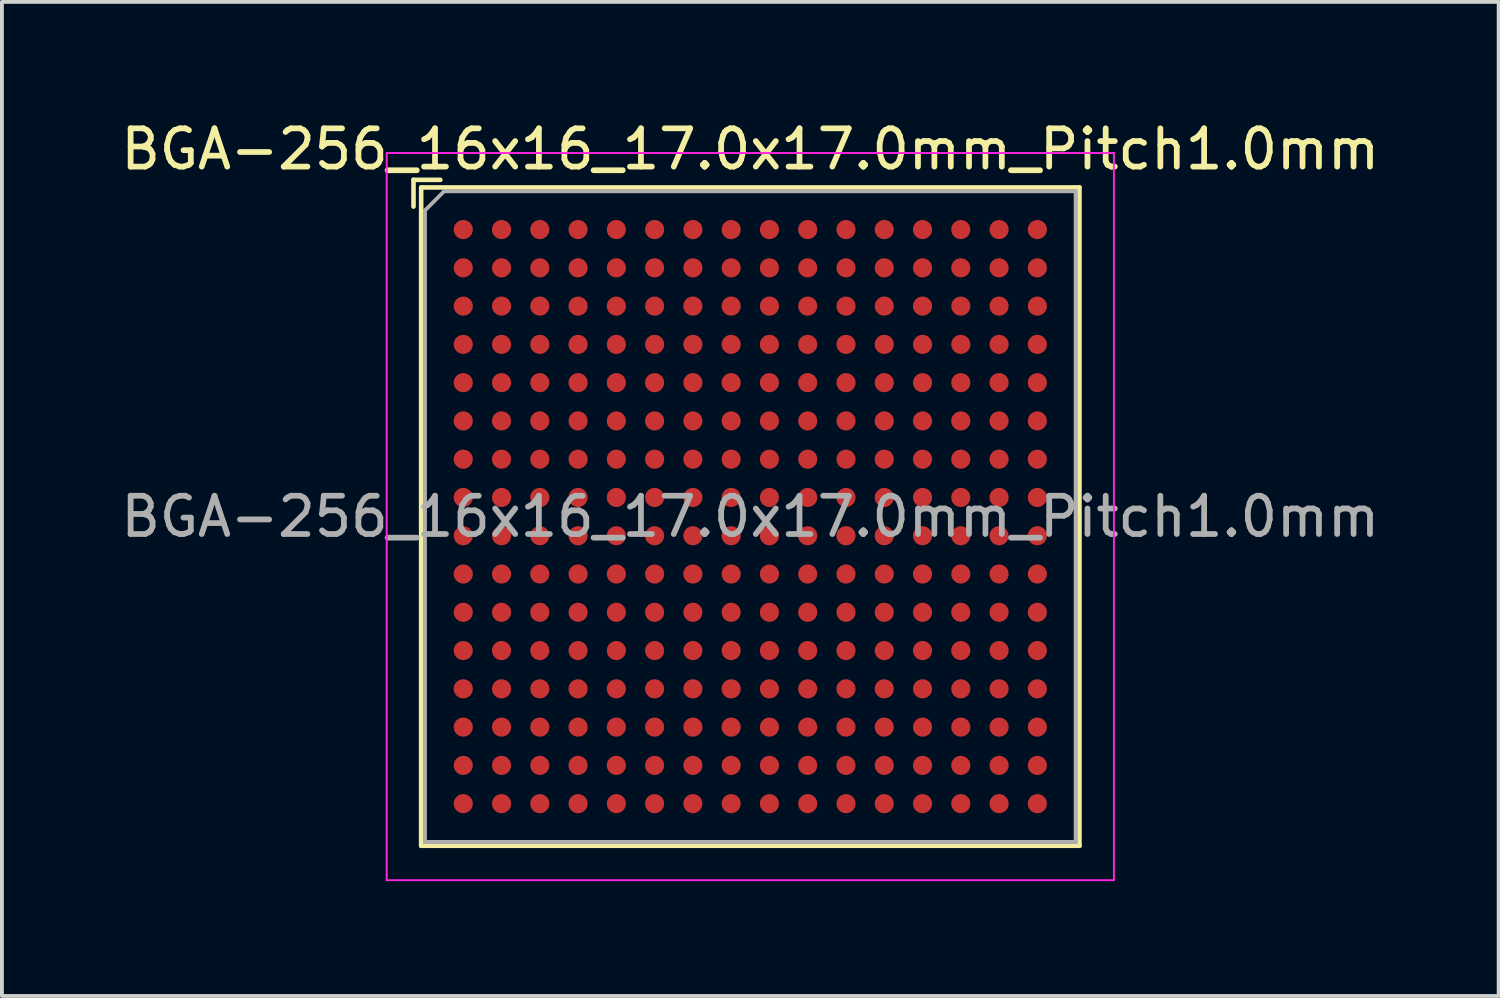
<source format=kicad_pcb>
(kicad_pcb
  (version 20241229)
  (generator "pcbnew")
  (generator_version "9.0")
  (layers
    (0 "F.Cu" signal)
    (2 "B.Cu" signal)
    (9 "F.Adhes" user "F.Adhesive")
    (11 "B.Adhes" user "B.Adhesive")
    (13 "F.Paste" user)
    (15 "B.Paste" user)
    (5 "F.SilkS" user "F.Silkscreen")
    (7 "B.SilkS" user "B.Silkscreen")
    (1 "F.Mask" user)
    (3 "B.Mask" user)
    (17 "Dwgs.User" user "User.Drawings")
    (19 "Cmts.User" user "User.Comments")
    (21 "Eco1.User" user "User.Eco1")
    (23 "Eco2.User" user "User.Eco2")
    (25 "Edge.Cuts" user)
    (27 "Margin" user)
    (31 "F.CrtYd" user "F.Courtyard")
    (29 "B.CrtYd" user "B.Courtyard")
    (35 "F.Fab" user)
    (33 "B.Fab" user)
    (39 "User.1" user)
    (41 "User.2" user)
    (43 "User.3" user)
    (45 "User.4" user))
  (footprint "BGA-256_16x16_17.0x17.0mm_Pitch1.0mm"
    (layer "F.Cu")
    (at 16.554 10.448)
    (property "Reference" "BGA-256_16x16_17.0x17.0mm_Pitch1.0mm" (at 0 -9.6 0) (layer "F.SilkS") (effects (font (size 1 1) (thickness 0.15))))
    (attr smd)
    (fp_line (start -8.8 -8.8) (end -8.8 -8.1) (stroke (width 0.12) (type solid)) (layer "F.SilkS"))
    (fp_line (start -8.6 -8.6) (end -8.6 8.6) (stroke (width 0.12) (type solid)) (layer "F.SilkS"))
    (fp_line (start -8.6 8.6) (end 8.6 8.6) (stroke (width 0.12) (type solid)) (layer "F.SilkS"))
    (fp_line (start -8.1 -8.8) (end -8.8 -8.8) (stroke (width 0.12) (type solid)) (layer "F.SilkS"))
    (fp_line (start 8.6 -8.6) (end -8.6 -8.6) (stroke (width 0.12) (type solid)) (layer "F.SilkS"))
    (fp_line (start 8.6 8.6) (end 8.6 -8.6) (stroke (width 0.12) (type solid)) (layer "F.SilkS"))
    (fp_line (start -9.5 -9.5) (end -9.5 9.5) (stroke (width 0.05) (type solid)) (layer "F.CrtYd"))
    (fp_line (start -9.5 -9.5) (end 9.5 -9.5) (stroke (width 0.05) (type solid)) (layer "F.CrtYd"))
    (fp_line (start 9.5 9.5) (end -9.5 9.5) (stroke (width 0.05) (type solid)) (layer "F.CrtYd"))
    (fp_line (start 9.5 9.5) (end 9.5 -9.5) (stroke (width 0.05) (type solid)) (layer "F.CrtYd"))
    (fp_line (start -8.5 -8) (end -8.5 8.5) (stroke (width 0.1) (type solid)) (layer "F.Fab"))
    (fp_line (start -8.5 8.5) (end 8.5 8.5) (stroke (width 0.1) (type solid)) (layer "F.Fab"))
    (fp_line (start -8 -8.5) (end -8.5 -8) (stroke (width 0.1) (type solid)) (layer "F.Fab"))
    (fp_line (start 8.5 -8.5) (end -8 -8.5) (stroke (width 0.1) (type solid)) (layer "F.Fab"))
    (fp_line (start 8.5 8.5) (end 8.5 -8.5) (stroke (width 0.1) (type solid)) (layer "F.Fab"))
    (fp_text user "${REFERENCE}" (at 0 0 0) (layer "F.Fab") (effects (font (size 1 1) (thickness 0.15))))
    (pad "A1" smd circle (at -7.5 -7.5) (size 0.5 0.5) (layers "F.Cu" "F.Mask" "F.Paste"))
    (pad "A2" smd circle (at -6.5 -7.5) (size 0.5 0.5) (layers "F.Cu" "F.Mask" "F.Paste"))
    (pad "A3" smd circle (at -5.5 -7.5) (size 0.5 0.5) (layers "F.Cu" "F.Mask" "F.Paste"))
    (pad "A4" smd circle (at -4.5 -7.5) (size 0.5 0.5) (layers "F.Cu" "F.Mask" "F.Paste"))
    (pad "A5" smd circle (at -3.5 -7.5) (size 0.5 0.5) (layers "F.Cu" "F.Mask" "F.Paste"))
    (pad "A6" smd circle (at -2.5 -7.5) (size 0.5 0.5) (layers "F.Cu" "F.Mask" "F.Paste"))
    (pad "A7" smd circle (at -1.5 -7.5) (size 0.5 0.5) (layers "F.Cu" "F.Mask" "F.Paste"))
    (pad "A8" smd circle (at -0.5 -7.5) (size 0.5 0.5) (layers "F.Cu" "F.Mask" "F.Paste"))
    (pad "A9" smd circle (at 0.5 -7.5) (size 0.5 0.5) (layers "F.Cu" "F.Mask" "F.Paste"))
    (pad "A10" smd circle (at 1.5 -7.5) (size 0.5 0.5) (layers "F.Cu" "F.Mask" "F.Paste"))
    (pad "A11" smd circle (at 2.5 -7.5) (size 0.5 0.5) (layers "F.Cu" "F.Mask" "F.Paste"))
    (pad "A12" smd circle (at 3.5 -7.5) (size 0.5 0.5) (layers "F.Cu" "F.Mask" "F.Paste"))
    (pad "A13" smd circle (at 4.5 -7.5) (size 0.5 0.5) (layers "F.Cu" "F.Mask" "F.Paste"))
    (pad "A14" smd circle (at 5.5 -7.5) (size 0.5 0.5) (layers "F.Cu" "F.Mask" "F.Paste"))
    (pad "A15" smd circle (at 6.5 -7.5) (size 0.5 0.5) (layers "F.Cu" "F.Mask" "F.Paste"))
    (pad "A16" smd circle (at 7.5 -7.5) (size 0.5 0.5) (layers "F.Cu" "F.Mask" "F.Paste"))
    (pad "B1" smd circle (at -7.5 -6.5) (size 0.5 0.5) (layers "F.Cu" "F.Mask" "F.Paste"))
    (pad "B2" smd circle (at -6.5 -6.5) (size 0.5 0.5) (layers "F.Cu" "F.Mask" "F.Paste"))
    (pad "B3" smd circle (at -5.5 -6.5) (size 0.5 0.5) (layers "F.Cu" "F.Mask" "F.Paste"))
    (pad "B4" smd circle (at -4.5 -6.5) (size 0.5 0.5) (layers "F.Cu" "F.Mask" "F.Paste"))
    (pad "B5" smd circle (at -3.5 -6.5) (size 0.5 0.5) (layers "F.Cu" "F.Mask" "F.Paste"))
    (pad "B6" smd circle (at -2.5 -6.5) (size 0.5 0.5) (layers "F.Cu" "F.Mask" "F.Paste"))
    (pad "B7" smd circle (at -1.5 -6.5) (size 0.5 0.5) (layers "F.Cu" "F.Mask" "F.Paste"))
    (pad "B8" smd circle (at -0.5 -6.5) (size 0.5 0.5) (layers "F.Cu" "F.Mask" "F.Paste"))
    (pad "B9" smd circle (at 0.5 -6.5) (size 0.5 0.5) (layers "F.Cu" "F.Mask" "F.Paste"))
    (pad "B10" smd circle (at 1.5 -6.5) (size 0.5 0.5) (layers "F.Cu" "F.Mask" "F.Paste"))
    (pad "B11" smd circle (at 2.5 -6.5) (size 0.5 0.5) (layers "F.Cu" "F.Mask" "F.Paste"))
    (pad "B12" smd circle (at 3.5 -6.5) (size 0.5 0.5) (layers "F.Cu" "F.Mask" "F.Paste"))
    (pad "B13" smd circle (at 4.5 -6.5) (size 0.5 0.5) (layers "F.Cu" "F.Mask" "F.Paste"))
    (pad "B14" smd circle (at 5.5 -6.5) (size 0.5 0.5) (layers "F.Cu" "F.Mask" "F.Paste"))
    (pad "B15" smd circle (at 6.5 -6.5) (size 0.5 0.5) (layers "F.Cu" "F.Mask" "F.Paste"))
    (pad "B16" smd circle (at 7.5 -6.5) (size 0.5 0.5) (layers "F.Cu" "F.Mask" "F.Paste"))
    (pad "C1" smd circle (at -7.5 -5.5) (size 0.5 0.5) (layers "F.Cu" "F.Mask" "F.Paste"))
    (pad "C2" smd circle (at -6.5 -5.5) (size 0.5 0.5) (layers "F.Cu" "F.Mask" "F.Paste"))
    (pad "C3" smd circle (at -5.5 -5.5) (size 0.5 0.5) (layers "F.Cu" "F.Mask" "F.Paste"))
    (pad "C4" smd circle (at -4.5 -5.5) (size 0.5 0.5) (layers "F.Cu" "F.Mask" "F.Paste"))
    (pad "C5" smd circle (at -3.5 -5.5) (size 0.5 0.5) (layers "F.Cu" "F.Mask" "F.Paste"))
    (pad "C6" smd circle (at -2.5 -5.5) (size 0.5 0.5) (layers "F.Cu" "F.Mask" "F.Paste"))
    (pad "C7" smd circle (at -1.5 -5.5) (size 0.5 0.5) (layers "F.Cu" "F.Mask" "F.Paste"))
    (pad "C8" smd circle (at -0.5 -5.5) (size 0.5 0.5) (layers "F.Cu" "F.Mask" "F.Paste"))
    (pad "C9" smd circle (at 0.5 -5.5) (size 0.5 0.5) (layers "F.Cu" "F.Mask" "F.Paste"))
    (pad "C10" smd circle (at 1.5 -5.5) (size 0.5 0.5) (layers "F.Cu" "F.Mask" "F.Paste"))
    (pad "C11" smd circle (at 2.5 -5.5) (size 0.5 0.5) (layers "F.Cu" "F.Mask" "F.Paste"))
    (pad "C12" smd circle (at 3.5 -5.5) (size 0.5 0.5) (layers "F.Cu" "F.Mask" "F.Paste"))
    (pad "C13" smd circle (at 4.5 -5.5) (size 0.5 0.5) (layers "F.Cu" "F.Mask" "F.Paste"))
    (pad "C14" smd circle (at 5.5 -5.5) (size 0.5 0.5) (layers "F.Cu" "F.Mask" "F.Paste"))
    (pad "C15" smd circle (at 6.5 -5.5) (size 0.5 0.5) (layers "F.Cu" "F.Mask" "F.Paste"))
    (pad "C16" smd circle (at 7.5 -5.5) (size 0.5 0.5) (layers "F.Cu" "F.Mask" "F.Paste"))
    (pad "D1" smd circle (at -7.5 -4.5) (size 0.5 0.5) (layers "F.Cu" "F.Mask" "F.Paste"))
    (pad "D2" smd circle (at -6.5 -4.5) (size 0.5 0.5) (layers "F.Cu" "F.Mask" "F.Paste"))
    (pad "D3" smd circle (at -5.5 -4.5) (size 0.5 0.5) (layers "F.Cu" "F.Mask" "F.Paste"))
    (pad "D4" smd circle (at -4.5 -4.5) (size 0.5 0.5) (layers "F.Cu" "F.Mask" "F.Paste"))
    (pad "D5" smd circle (at -3.5 -4.5) (size 0.5 0.5) (layers "F.Cu" "F.Mask" "F.Paste"))
    (pad "D6" smd circle (at -2.5 -4.5) (size 0.5 0.5) (layers "F.Cu" "F.Mask" "F.Paste"))
    (pad "D7" smd circle (at -1.5 -4.5) (size 0.5 0.5) (layers "F.Cu" "F.Mask" "F.Paste"))
    (pad "D8" smd circle (at -0.5 -4.5) (size 0.5 0.5) (layers "F.Cu" "F.Mask" "F.Paste"))
    (pad "D9" smd circle (at 0.5 -4.5) (size 0.5 0.5) (layers "F.Cu" "F.Mask" "F.Paste"))
    (pad "D10" smd circle (at 1.5 -4.5) (size 0.5 0.5) (layers "F.Cu" "F.Mask" "F.Paste"))
    (pad "D11" smd circle (at 2.5 -4.5) (size 0.5 0.5) (layers "F.Cu" "F.Mask" "F.Paste"))
    (pad "D12" smd circle (at 3.5 -4.5) (size 0.5 0.5) (layers "F.Cu" "F.Mask" "F.Paste"))
    (pad "D13" smd circle (at 4.5 -4.5) (size 0.5 0.5) (layers "F.Cu" "F.Mask" "F.Paste"))
    (pad "D14" smd circle (at 5.5 -4.5) (size 0.5 0.5) (layers "F.Cu" "F.Mask" "F.Paste"))
    (pad "D15" smd circle (at 6.5 -4.5) (size 0.5 0.5) (layers "F.Cu" "F.Mask" "F.Paste"))
    (pad "D16" smd circle (at 7.5 -4.5) (size 0.5 0.5) (layers "F.Cu" "F.Mask" "F.Paste"))
    (pad "E1" smd circle (at -7.5 -3.5) (size 0.5 0.5) (layers "F.Cu" "F.Mask" "F.Paste"))
    (pad "E2" smd circle (at -6.5 -3.5) (size 0.5 0.5) (layers "F.Cu" "F.Mask" "F.Paste"))
    (pad "E3" smd circle (at -5.5 -3.5) (size 0.5 0.5) (layers "F.Cu" "F.Mask" "F.Paste"))
    (pad "E4" smd circle (at -4.5 -3.5) (size 0.5 0.5) (layers "F.Cu" "F.Mask" "F.Paste"))
    (pad "E5" smd circle (at -3.5 -3.5) (size 0.5 0.5) (layers "F.Cu" "F.Mask" "F.Paste"))
    (pad "E6" smd circle (at -2.5 -3.5) (size 0.5 0.5) (layers "F.Cu" "F.Mask" "F.Paste"))
    (pad "E7" smd circle (at -1.5 -3.5) (size 0.5 0.5) (layers "F.Cu" "F.Mask" "F.Paste"))
    (pad "E8" smd circle (at -0.5 -3.5) (size 0.5 0.5) (layers "F.Cu" "F.Mask" "F.Paste"))
    (pad "E9" smd circle (at 0.5 -3.5) (size 0.5 0.5) (layers "F.Cu" "F.Mask" "F.Paste"))
    (pad "E10" smd circle (at 1.5 -3.5) (size 0.5 0.5) (layers "F.Cu" "F.Mask" "F.Paste"))
    (pad "E11" smd circle (at 2.5 -3.5) (size 0.5 0.5) (layers "F.Cu" "F.Mask" "F.Paste"))
    (pad "E12" smd circle (at 3.5 -3.5) (size 0.5 0.5) (layers "F.Cu" "F.Mask" "F.Paste"))
    (pad "E13" smd circle (at 4.5 -3.5) (size 0.5 0.5) (layers "F.Cu" "F.Mask" "F.Paste"))
    (pad "E14" smd circle (at 5.5 -3.5) (size 0.5 0.5) (layers "F.Cu" "F.Mask" "F.Paste"))
    (pad "E15" smd circle (at 6.5 -3.5) (size 0.5 0.5) (layers "F.Cu" "F.Mask" "F.Paste"))
    (pad "E16" smd circle (at 7.5 -3.5) (size 0.5 0.5) (layers "F.Cu" "F.Mask" "F.Paste"))
    (pad "F1" smd circle (at -7.5 -2.5) (size 0.5 0.5) (layers "F.Cu" "F.Mask" "F.Paste"))
    (pad "F2" smd circle (at -6.5 -2.5) (size 0.5 0.5) (layers "F.Cu" "F.Mask" "F.Paste"))
    (pad "F3" smd circle (at -5.5 -2.5) (size 0.5 0.5) (layers "F.Cu" "F.Mask" "F.Paste"))
    (pad "F4" smd circle (at -4.5 -2.5) (size 0.5 0.5) (layers "F.Cu" "F.Mask" "F.Paste"))
    (pad "F5" smd circle (at -3.5 -2.5) (size 0.5 0.5) (layers "F.Cu" "F.Mask" "F.Paste"))
    (pad "F6" smd circle (at -2.5 -2.5) (size 0.5 0.5) (layers "F.Cu" "F.Mask" "F.Paste"))
    (pad "F7" smd circle (at -1.5 -2.5) (size 0.5 0.5) (layers "F.Cu" "F.Mask" "F.Paste"))
    (pad "F8" smd circle (at -0.5 -2.5) (size 0.5 0.5) (layers "F.Cu" "F.Mask" "F.Paste"))
    (pad "F9" smd circle (at 0.5 -2.5) (size 0.5 0.5) (layers "F.Cu" "F.Mask" "F.Paste"))
    (pad "F10" smd circle (at 1.5 -2.5) (size 0.5 0.5) (layers "F.Cu" "F.Mask" "F.Paste"))
    (pad "F11" smd circle (at 2.5 -2.5) (size 0.5 0.5) (layers "F.Cu" "F.Mask" "F.Paste"))
    (pad "F12" smd circle (at 3.5 -2.5) (size 0.5 0.5) (layers "F.Cu" "F.Mask" "F.Paste"))
    (pad "F13" smd circle (at 4.5 -2.5) (size 0.5 0.5) (layers "F.Cu" "F.Mask" "F.Paste"))
    (pad "F14" smd circle (at 5.5 -2.5) (size 0.5 0.5) (layers "F.Cu" "F.Mask" "F.Paste"))
    (pad "F15" smd circle (at 6.5 -2.5) (size 0.5 0.5) (layers "F.Cu" "F.Mask" "F.Paste"))
    (pad "F16" smd circle (at 7.5 -2.5) (size 0.5 0.5) (layers "F.Cu" "F.Mask" "F.Paste"))
    (pad "G1" smd circle (at -7.5 -1.5) (size 0.5 0.5) (layers "F.Cu" "F.Mask" "F.Paste"))
    (pad "G2" smd circle (at -6.5 -1.5) (size 0.5 0.5) (layers "F.Cu" "F.Mask" "F.Paste"))
    (pad "G3" smd circle (at -5.5 -1.5) (size 0.5 0.5) (layers "F.Cu" "F.Mask" "F.Paste"))
    (pad "G4" smd circle (at -4.5 -1.5) (size 0.5 0.5) (layers "F.Cu" "F.Mask" "F.Paste"))
    (pad "G5" smd circle (at -3.5 -1.5) (size 0.5 0.5) (layers "F.Cu" "F.Mask" "F.Paste"))
    (pad "G6" smd circle (at -2.5 -1.5) (size 0.5 0.5) (layers "F.Cu" "F.Mask" "F.Paste"))
    (pad "G7" smd circle (at -1.5 -1.5) (size 0.5 0.5) (layers "F.Cu" "F.Mask" "F.Paste"))
    (pad "G8" smd circle (at -0.5 -1.5) (size 0.5 0.5) (layers "F.Cu" "F.Mask" "F.Paste"))
    (pad "G9" smd circle (at 0.5 -1.5) (size 0.5 0.5) (layers "F.Cu" "F.Mask" "F.Paste"))
    (pad "G10" smd circle (at 1.5 -1.5) (size 0.5 0.5) (layers "F.Cu" "F.Mask" "F.Paste"))
    (pad "G11" smd circle (at 2.5 -1.5) (size 0.5 0.5) (layers "F.Cu" "F.Mask" "F.Paste"))
    (pad "G12" smd circle (at 3.5 -1.5) (size 0.5 0.5) (layers "F.Cu" "F.Mask" "F.Paste"))
    (pad "G13" smd circle (at 4.5 -1.5) (size 0.5 0.5) (layers "F.Cu" "F.Mask" "F.Paste"))
    (pad "G14" smd circle (at 5.5 -1.5) (size 0.5 0.5) (layers "F.Cu" "F.Mask" "F.Paste"))
    (pad "G15" smd circle (at 6.5 -1.5) (size 0.5 0.5) (layers "F.Cu" "F.Mask" "F.Paste"))
    (pad "G16" smd circle (at 7.5 -1.5) (size 0.5 0.5) (layers "F.Cu" "F.Mask" "F.Paste"))
    (pad "H1" smd circle (at -7.5 -0.5) (size 0.5 0.5) (layers "F.Cu" "F.Mask" "F.Paste"))
    (pad "H2" smd circle (at -6.5 -0.5) (size 0.5 0.5) (layers "F.Cu" "F.Mask" "F.Paste"))
    (pad "H3" smd circle (at -5.5 -0.5) (size 0.5 0.5) (layers "F.Cu" "F.Mask" "F.Paste"))
    (pad "H4" smd circle (at -4.5 -0.5) (size 0.5 0.5) (layers "F.Cu" "F.Mask" "F.Paste"))
    (pad "H5" smd circle (at -3.5 -0.5) (size 0.5 0.5) (layers "F.Cu" "F.Mask" "F.Paste"))
    (pad "H6" smd circle (at -2.5 -0.5) (size 0.5 0.5) (layers "F.Cu" "F.Mask" "F.Paste"))
    (pad "H7" smd circle (at -1.5 -0.5) (size 0.5 0.5) (layers "F.Cu" "F.Mask" "F.Paste"))
    (pad "H8" smd circle (at -0.5 -0.5) (size 0.5 0.5) (layers "F.Cu" "F.Mask" "F.Paste"))
    (pad "H9" smd circle (at 0.5 -0.5) (size 0.5 0.5) (layers "F.Cu" "F.Mask" "F.Paste"))
    (pad "H10" smd circle (at 1.5 -0.5) (size 0.5 0.5) (layers "F.Cu" "F.Mask" "F.Paste"))
    (pad "H11" smd circle (at 2.5 -0.5) (size 0.5 0.5) (layers "F.Cu" "F.Mask" "F.Paste"))
    (pad "H12" smd circle (at 3.5 -0.5) (size 0.5 0.5) (layers "F.Cu" "F.Mask" "F.Paste"))
    (pad "H13" smd circle (at 4.5 -0.5) (size 0.5 0.5) (layers "F.Cu" "F.Mask" "F.Paste"))
    (pad "H14" smd circle (at 5.5 -0.5) (size 0.5 0.5) (layers "F.Cu" "F.Mask" "F.Paste"))
    (pad "H15" smd circle (at 6.5 -0.5) (size 0.5 0.5) (layers "F.Cu" "F.Mask" "F.Paste"))
    (pad "H16" smd circle (at 7.5 -0.5) (size 0.5 0.5) (layers "F.Cu" "F.Mask" "F.Paste"))
    (pad "J1" smd circle (at -7.5 0.5) (size 0.5 0.5) (layers "F.Cu" "F.Mask" "F.Paste"))
    (pad "J2" smd circle (at -6.5 0.5) (size 0.5 0.5) (layers "F.Cu" "F.Mask" "F.Paste"))
    (pad "J3" smd circle (at -5.5 0.5) (size 0.5 0.5) (layers "F.Cu" "F.Mask" "F.Paste"))
    (pad "J4" smd circle (at -4.5 0.5) (size 0.5 0.5) (layers "F.Cu" "F.Mask" "F.Paste"))
    (pad "J5" smd circle (at -3.5 0.5) (size 0.5 0.5) (layers "F.Cu" "F.Mask" "F.Paste"))
    (pad "J6" smd circle (at -2.5 0.5) (size 0.5 0.5) (layers "F.Cu" "F.Mask" "F.Paste"))
    (pad "J7" smd circle (at -1.5 0.5) (size 0.5 0.5) (layers "F.Cu" "F.Mask" "F.Paste"))
    (pad "J8" smd circle (at -0.5 0.5) (size 0.5 0.5) (layers "F.Cu" "F.Mask" "F.Paste"))
    (pad "J9" smd circle (at 0.5 0.5) (size 0.5 0.5) (layers "F.Cu" "F.Mask" "F.Paste"))
    (pad "J10" smd circle (at 1.5 0.5) (size 0.5 0.5) (layers "F.Cu" "F.Mask" "F.Paste"))
    (pad "J11" smd circle (at 2.5 0.5) (size 0.5 0.5) (layers "F.Cu" "F.Mask" "F.Paste"))
    (pad "J12" smd circle (at 3.5 0.5) (size 0.5 0.5) (layers "F.Cu" "F.Mask" "F.Paste"))
    (pad "J13" smd circle (at 4.5 0.5) (size 0.5 0.5) (layers "F.Cu" "F.Mask" "F.Paste"))
    (pad "J14" smd circle (at 5.5 0.5) (size 0.5 0.5) (layers "F.Cu" "F.Mask" "F.Paste"))
    (pad "J15" smd circle (at 6.5 0.5) (size 0.5 0.5) (layers "F.Cu" "F.Mask" "F.Paste"))
    (pad "J16" smd circle (at 7.5 0.5) (size 0.5 0.5) (layers "F.Cu" "F.Mask" "F.Paste"))
    (pad "K1" smd circle (at -7.5 1.5) (size 0.5 0.5) (layers "F.Cu" "F.Mask" "F.Paste"))
    (pad "K2" smd circle (at -6.5 1.5) (size 0.5 0.5) (layers "F.Cu" "F.Mask" "F.Paste"))
    (pad "K3" smd circle (at -5.5 1.5) (size 0.5 0.5) (layers "F.Cu" "F.Mask" "F.Paste"))
    (pad "K4" smd circle (at -4.5 1.5) (size 0.5 0.5) (layers "F.Cu" "F.Mask" "F.Paste"))
    (pad "K5" smd circle (at -3.5 1.5) (size 0.5 0.5) (layers "F.Cu" "F.Mask" "F.Paste"))
    (pad "K6" smd circle (at -2.5 1.5) (size 0.5 0.5) (layers "F.Cu" "F.Mask" "F.Paste"))
    (pad "K7" smd circle (at -1.5 1.5) (size 0.5 0.5) (layers "F.Cu" "F.Mask" "F.Paste"))
    (pad "K8" smd circle (at -0.5 1.5) (size 0.5 0.5) (layers "F.Cu" "F.Mask" "F.Paste"))
    (pad "K9" smd circle (at 0.5 1.5) (size 0.5 0.5) (layers "F.Cu" "F.Mask" "F.Paste"))
    (pad "K10" smd circle (at 1.5 1.5) (size 0.5 0.5) (layers "F.Cu" "F.Mask" "F.Paste"))
    (pad "K11" smd circle (at 2.5 1.5) (size 0.5 0.5) (layers "F.Cu" "F.Mask" "F.Paste"))
    (pad "K12" smd circle (at 3.5 1.5) (size 0.5 0.5) (layers "F.Cu" "F.Mask" "F.Paste"))
    (pad "K13" smd circle (at 4.5 1.5) (size 0.5 0.5) (layers "F.Cu" "F.Mask" "F.Paste"))
    (pad "K14" smd circle (at 5.5 1.5) (size 0.5 0.5) (layers "F.Cu" "F.Mask" "F.Paste"))
    (pad "K15" smd circle (at 6.5 1.5) (size 0.5 0.5) (layers "F.Cu" "F.Mask" "F.Paste"))
    (pad "K16" smd circle (at 7.5 1.5) (size 0.5 0.5) (layers "F.Cu" "F.Mask" "F.Paste"))
    (pad "L1" smd circle (at -7.5 2.5) (size 0.5 0.5) (layers "F.Cu" "F.Mask" "F.Paste"))
    (pad "L2" smd circle (at -6.5 2.5) (size 0.5 0.5) (layers "F.Cu" "F.Mask" "F.Paste"))
    (pad "L3" smd circle (at -5.5 2.5) (size 0.5 0.5) (layers "F.Cu" "F.Mask" "F.Paste"))
    (pad "L4" smd circle (at -4.5 2.5) (size 0.5 0.5) (layers "F.Cu" "F.Mask" "F.Paste"))
    (pad "L5" smd circle (at -3.5 2.5) (size 0.5 0.5) (layers "F.Cu" "F.Mask" "F.Paste"))
    (pad "L6" smd circle (at -2.5 2.5) (size 0.5 0.5) (layers "F.Cu" "F.Mask" "F.Paste"))
    (pad "L7" smd circle (at -1.5 2.5) (size 0.5 0.5) (layers "F.Cu" "F.Mask" "F.Paste"))
    (pad "L8" smd circle (at -0.5 2.5) (size 0.5 0.5) (layers "F.Cu" "F.Mask" "F.Paste"))
    (pad "L9" smd circle (at 0.5 2.5) (size 0.5 0.5) (layers "F.Cu" "F.Mask" "F.Paste"))
    (pad "L10" smd circle (at 1.5 2.5) (size 0.5 0.5) (layers "F.Cu" "F.Mask" "F.Paste"))
    (pad "L11" smd circle (at 2.5 2.5) (size 0.5 0.5) (layers "F.Cu" "F.Mask" "F.Paste"))
    (pad "L12" smd circle (at 3.5 2.5) (size 0.5 0.5) (layers "F.Cu" "F.Mask" "F.Paste"))
    (pad "L13" smd circle (at 4.5 2.5) (size 0.5 0.5) (layers "F.Cu" "F.Mask" "F.Paste"))
    (pad "L14" smd circle (at 5.5 2.5) (size 0.5 0.5) (layers "F.Cu" "F.Mask" "F.Paste"))
    (pad "L15" smd circle (at 6.5 2.5) (size 0.5 0.5) (layers "F.Cu" "F.Mask" "F.Paste"))
    (pad "L16" smd circle (at 7.5 2.5) (size 0.5 0.5) (layers "F.Cu" "F.Mask" "F.Paste"))
    (pad "M1" smd circle (at -7.5 3.5) (size 0.5 0.5) (layers "F.Cu" "F.Mask" "F.Paste"))
    (pad "M2" smd circle (at -6.5 3.5) (size 0.5 0.5) (layers "F.Cu" "F.Mask" "F.Paste"))
    (pad "M3" smd circle (at -5.5 3.5) (size 0.5 0.5) (layers "F.Cu" "F.Mask" "F.Paste"))
    (pad "M4" smd circle (at -4.5 3.5) (size 0.5 0.5) (layers "F.Cu" "F.Mask" "F.Paste"))
    (pad "M5" smd circle (at -3.5 3.5) (size 0.5 0.5) (layers "F.Cu" "F.Mask" "F.Paste"))
    (pad "M6" smd circle (at -2.5 3.5) (size 0.5 0.5) (layers "F.Cu" "F.Mask" "F.Paste"))
    (pad "M7" smd circle (at -1.5 3.5) (size 0.5 0.5) (layers "F.Cu" "F.Mask" "F.Paste"))
    (pad "M8" smd circle (at -0.5 3.5) (size 0.5 0.5) (layers "F.Cu" "F.Mask" "F.Paste"))
    (pad "M9" smd circle (at 0.5 3.5) (size 0.5 0.5) (layers "F.Cu" "F.Mask" "F.Paste"))
    (pad "M10" smd circle (at 1.5 3.5) (size 0.5 0.5) (layers "F.Cu" "F.Mask" "F.Paste"))
    (pad "M11" smd circle (at 2.5 3.5) (size 0.5 0.5) (layers "F.Cu" "F.Mask" "F.Paste"))
    (pad "M12" smd circle (at 3.5 3.5) (size 0.5 0.5) (layers "F.Cu" "F.Mask" "F.Paste"))
    (pad "M13" smd circle (at 4.5 3.5) (size 0.5 0.5) (layers "F.Cu" "F.Mask" "F.Paste"))
    (pad "M14" smd circle (at 5.5 3.5) (size 0.5 0.5) (layers "F.Cu" "F.Mask" "F.Paste"))
    (pad "M15" smd circle (at 6.5 3.5) (size 0.5 0.5) (layers "F.Cu" "F.Mask" "F.Paste"))
    (pad "M16" smd circle (at 7.5 3.5) (size 0.5 0.5) (layers "F.Cu" "F.Mask" "F.Paste"))
    (pad "N1" smd circle (at -7.5 4.5) (size 0.5 0.5) (layers "F.Cu" "F.Mask" "F.Paste"))
    (pad "N2" smd circle (at -6.5 4.5) (size 0.5 0.5) (layers "F.Cu" "F.Mask" "F.Paste"))
    (pad "N3" smd circle (at -5.5 4.5) (size 0.5 0.5) (layers "F.Cu" "F.Mask" "F.Paste"))
    (pad "N4" smd circle (at -4.5 4.5) (size 0.5 0.5) (layers "F.Cu" "F.Mask" "F.Paste"))
    (pad "N5" smd circle (at -3.5 4.5) (size 0.5 0.5) (layers "F.Cu" "F.Mask" "F.Paste"))
    (pad "N6" smd circle (at -2.5 4.5) (size 0.5 0.5) (layers "F.Cu" "F.Mask" "F.Paste"))
    (pad "N7" smd circle (at -1.5 4.5) (size 0.5 0.5) (layers "F.Cu" "F.Mask" "F.Paste"))
    (pad "N8" smd circle (at -0.5 4.5) (size 0.5 0.5) (layers "F.Cu" "F.Mask" "F.Paste"))
    (pad "N9" smd circle (at 0.5 4.5) (size 0.5 0.5) (layers "F.Cu" "F.Mask" "F.Paste"))
    (pad "N10" smd circle (at 1.5 4.5) (size 0.5 0.5) (layers "F.Cu" "F.Mask" "F.Paste"))
    (pad "N11" smd circle (at 2.5 4.5) (size 0.5 0.5) (layers "F.Cu" "F.Mask" "F.Paste"))
    (pad "N12" smd circle (at 3.5 4.5) (size 0.5 0.5) (layers "F.Cu" "F.Mask" "F.Paste"))
    (pad "N13" smd circle (at 4.5 4.5) (size 0.5 0.5) (layers "F.Cu" "F.Mask" "F.Paste"))
    (pad "N14" smd circle (at 5.5 4.5) (size 0.5 0.5) (layers "F.Cu" "F.Mask" "F.Paste"))
    (pad "N15" smd circle (at 6.5 4.5) (size 0.5 0.5) (layers "F.Cu" "F.Mask" "F.Paste"))
    (pad "N16" smd circle (at 7.5 4.5) (size 0.5 0.5) (layers "F.Cu" "F.Mask" "F.Paste"))
    (pad "P1" smd circle (at -7.5 5.5) (size 0.5 0.5) (layers "F.Cu" "F.Mask" "F.Paste"))
    (pad "P2" smd circle (at -6.5 5.5) (size 0.5 0.5) (layers "F.Cu" "F.Mask" "F.Paste"))
    (pad "P3" smd circle (at -5.5 5.5) (size 0.5 0.5) (layers "F.Cu" "F.Mask" "F.Paste"))
    (pad "P4" smd circle (at -4.5 5.5) (size 0.5 0.5) (layers "F.Cu" "F.Mask" "F.Paste"))
    (pad "P5" smd circle (at -3.5 5.5) (size 0.5 0.5) (layers "F.Cu" "F.Mask" "F.Paste"))
    (pad "P6" smd circle (at -2.5 5.5) (size 0.5 0.5) (layers "F.Cu" "F.Mask" "F.Paste"))
    (pad "P7" smd circle (at -1.5 5.5) (size 0.5 0.5) (layers "F.Cu" "F.Mask" "F.Paste"))
    (pad "P8" smd circle (at -0.5 5.5) (size 0.5 0.5) (layers "F.Cu" "F.Mask" "F.Paste"))
    (pad "P9" smd circle (at 0.5 5.5) (size 0.5 0.5) (layers "F.Cu" "F.Mask" "F.Paste"))
    (pad "P10" smd circle (at 1.5 5.5) (size 0.5 0.5) (layers "F.Cu" "F.Mask" "F.Paste"))
    (pad "P11" smd circle (at 2.5 5.5) (size 0.5 0.5) (layers "F.Cu" "F.Mask" "F.Paste"))
    (pad "P12" smd circle (at 3.5 5.5) (size 0.5 0.5) (layers "F.Cu" "F.Mask" "F.Paste"))
    (pad "P13" smd circle (at 4.5 5.5) (size 0.5 0.5) (layers "F.Cu" "F.Mask" "F.Paste"))
    (pad "P14" smd circle (at 5.5 5.5) (size 0.5 0.5) (layers "F.Cu" "F.Mask" "F.Paste"))
    (pad "P15" smd circle (at 6.5 5.5) (size 0.5 0.5) (layers "F.Cu" "F.Mask" "F.Paste"))
    (pad "P16" smd circle (at 7.5 5.5) (size 0.5 0.5) (layers "F.Cu" "F.Mask" "F.Paste"))
    (pad "R1" smd circle (at -7.5 6.5) (size 0.5 0.5) (layers "F.Cu" "F.Mask" "F.Paste"))
    (pad "R2" smd circle (at -6.5 6.5) (size 0.5 0.5) (layers "F.Cu" "F.Mask" "F.Paste"))
    (pad "R3" smd circle (at -5.5 6.5) (size 0.5 0.5) (layers "F.Cu" "F.Mask" "F.Paste"))
    (pad "R4" smd circle (at -4.5 6.5) (size 0.5 0.5) (layers "F.Cu" "F.Mask" "F.Paste"))
    (pad "R5" smd circle (at -3.5 6.5) (size 0.5 0.5) (layers "F.Cu" "F.Mask" "F.Paste"))
    (pad "R6" smd circle (at -2.5 6.5) (size 0.5 0.5) (layers "F.Cu" "F.Mask" "F.Paste"))
    (pad "R7" smd circle (at -1.5 6.5) (size 0.5 0.5) (layers "F.Cu" "F.Mask" "F.Paste"))
    (pad "R8" smd circle (at -0.5 6.5) (size 0.5 0.5) (layers "F.Cu" "F.Mask" "F.Paste"))
    (pad "R9" smd circle (at 0.5 6.5) (size 0.5 0.5) (layers "F.Cu" "F.Mask" "F.Paste"))
    (pad "R10" smd circle (at 1.5 6.5) (size 0.5 0.5) (layers "F.Cu" "F.Mask" "F.Paste"))
    (pad "R11" smd circle (at 2.5 6.5) (size 0.5 0.5) (layers "F.Cu" "F.Mask" "F.Paste"))
    (pad "R12" smd circle (at 3.5 6.5) (size 0.5 0.5) (layers "F.Cu" "F.Mask" "F.Paste"))
    (pad "R13" smd circle (at 4.5 6.5) (size 0.5 0.5) (layers "F.Cu" "F.Mask" "F.Paste"))
    (pad "R14" smd circle (at 5.5 6.5) (size 0.5 0.5) (layers "F.Cu" "F.Mask" "F.Paste"))
    (pad "R15" smd circle (at 6.5 6.5) (size 0.5 0.5) (layers "F.Cu" "F.Mask" "F.Paste"))
    (pad "R16" smd circle (at 7.5 6.5) (size 0.5 0.5) (layers "F.Cu" "F.Mask" "F.Paste"))
    (pad "T1" smd circle (at -7.5 7.5) (size 0.5 0.5) (layers "F.Cu" "F.Mask" "F.Paste"))
    (pad "T2" smd circle (at -6.5 7.5) (size 0.5 0.5) (layers "F.Cu" "F.Mask" "F.Paste"))
    (pad "T3" smd circle (at -5.5 7.5) (size 0.5 0.5) (layers "F.Cu" "F.Mask" "F.Paste"))
    (pad "T4" smd circle (at -4.5 7.5) (size 0.5 0.5) (layers "F.Cu" "F.Mask" "F.Paste"))
    (pad "T5" smd circle (at -3.5 7.5) (size 0.5 0.5) (layers "F.Cu" "F.Mask" "F.Paste"))
    (pad "T6" smd circle (at -2.5 7.5) (size 0.5 0.5) (layers "F.Cu" "F.Mask" "F.Paste"))
    (pad "T7" smd circle (at -1.5 7.5) (size 0.5 0.5) (layers "F.Cu" "F.Mask" "F.Paste"))
    (pad "T8" smd circle (at -0.5 7.5) (size 0.5 0.5) (layers "F.Cu" "F.Mask" "F.Paste"))
    (pad "T9" smd circle (at 0.5 7.5) (size 0.5 0.5) (layers "F.Cu" "F.Mask" "F.Paste"))
    (pad "T10" smd circle (at 1.5 7.5) (size 0.5 0.5) (layers "F.Cu" "F.Mask" "F.Paste"))
    (pad "T11" smd circle (at 2.5 7.5) (size 0.5 0.5) (layers "F.Cu" "F.Mask" "F.Paste"))
    (pad "T12" smd circle (at 3.5 7.5) (size 0.5 0.5) (layers "F.Cu" "F.Mask" "F.Paste"))
    (pad "T13" smd circle (at 4.5 7.5) (size 0.5 0.5) (layers "F.Cu" "F.Mask" "F.Paste"))
    (pad "T14" smd circle (at 5.5 7.5) (size 0.5 0.5) (layers "F.Cu" "F.Mask" "F.Paste"))
    (pad "T15" smd circle (at 6.5 7.5) (size 0.5 0.5) (layers "F.Cu" "F.Mask" "F.Paste"))
    (pad "T16" smd circle (at 7.5 7.5) (size 0.5 0.5) (layers "F.Cu" "F.Mask" "F.Paste")))
  (gr_rect
    (start -3 -3)
    (end 36.107 22.973)
    (stroke (width 0.1) (type default))
    (fill no)
    (layer "Edge.Cuts")))
</source>
